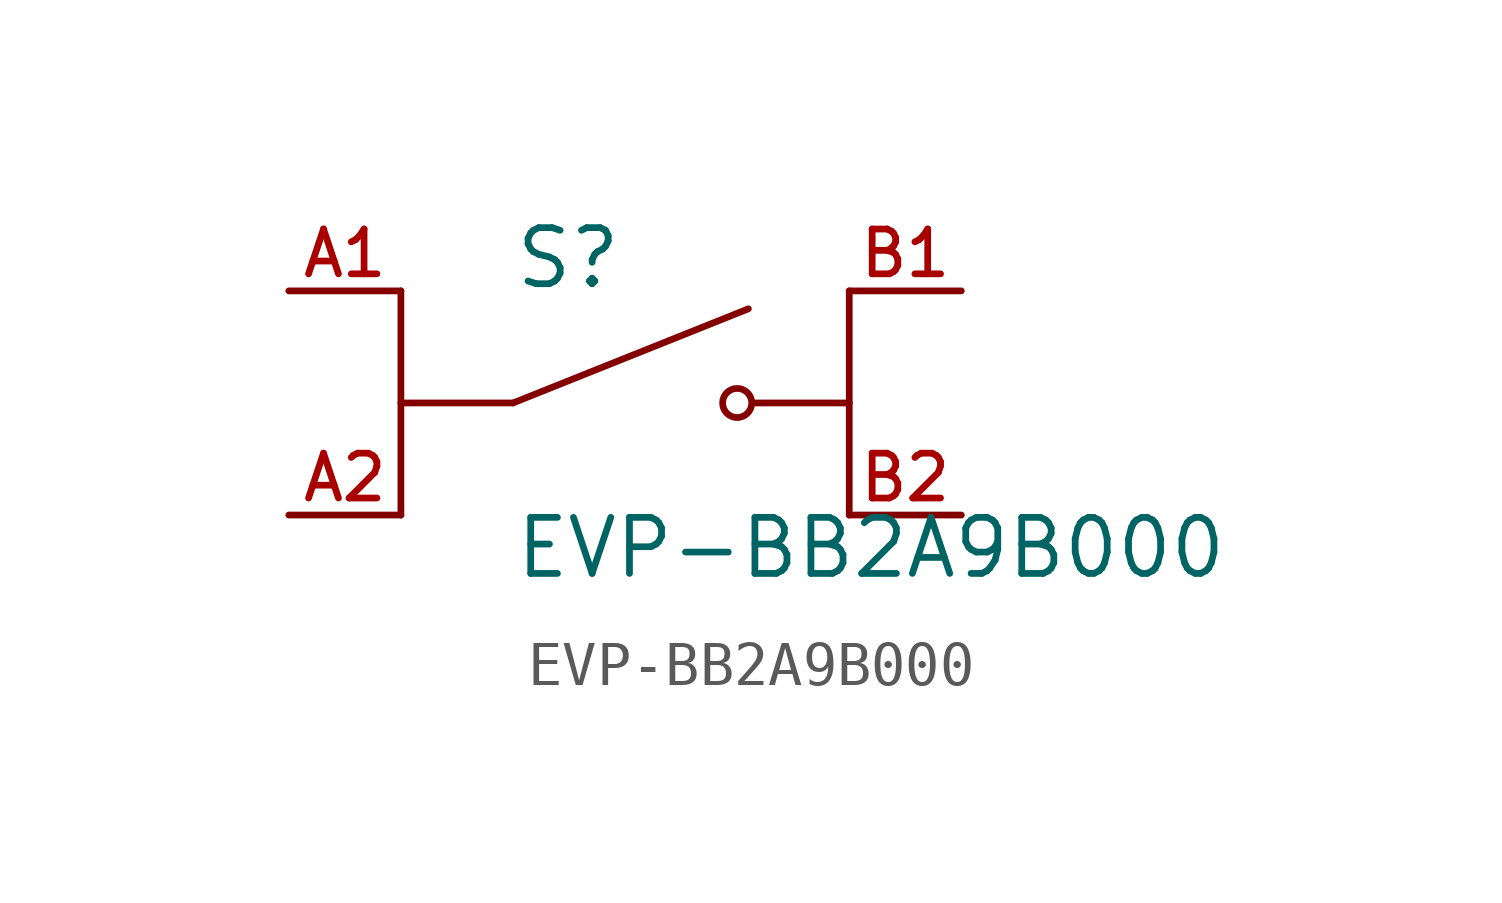
<source format=kicad_sym>
(kicad_symbol_lib
  (version 20231120)
  (generator "kicad_symbol_editor")
  (generator_version "8.0")
  (symbol "EVP-BB2A9B000"
    (pin_names
      (offset 1.016))
    (property "Reference" "S"
      (at -2.54 2.54 0)
      (effects (font (size 1.27 1.27)) (justify left bottom)))
    (property "Value" "EVP-BB2A9B000"
      (at -2.54 -2.54 0)
      (effects (font (size 1.27 1.27)) (justify left top)))
    (symbol "EVP-BB2A9B000_0_0"
      (polyline (pts (xy -5.08 2.54) (xy -5.08 -2.54)) (stroke (width 0.152) (type default)) (fill (type none)))
      (polyline (pts (xy -2.54 0) (xy -5.08 0)) (stroke (width 0.152) (type default)) (fill (type none)))
      (polyline (pts (xy -2.54 0) (xy 2.794 2.134)) (stroke (width 0.152) (type default)) (fill (type none)))
      (polyline (pts (xy 5.08 0) (xy 2.921 0)) (stroke (width 0.152) (type default)) (fill (type none)))
      (polyline (pts (xy 5.08 2.54) (xy 5.08 -2.54)) (stroke (width 0.152) (type default)) (fill (type none)))
      (circle (center 2.54 0) (radius 0.33) (stroke (width 0.152) (type default)) (fill (type none)))
      (pin passive line (at -7.62 2.54 0) (length 2.54) (name "~" (effects (font (size 1.016 1.016)))) (number "A1" (effects (font (size 1.016 1.016)))))
      (pin passive line (at -7.62 -2.54 0) (length 2.54) (name "~" (effects (font (size 1.016 1.016)))) (number "A2" (effects (font (size 1.016 1.016)))))
      (pin passive line (at 7.62 2.54 180) (length 2.54) (name "~" (effects (font (size 1.016 1.016)))) (number "B1" (effects (font (size 1.016 1.016)))))
      (pin passive line (at 7.62 -2.54 180) (length 2.54) (name "~" (effects (font (size 1.016 1.016)))) (number "B2" (effects (font (size 1.016 1.016))))))))
</source>
